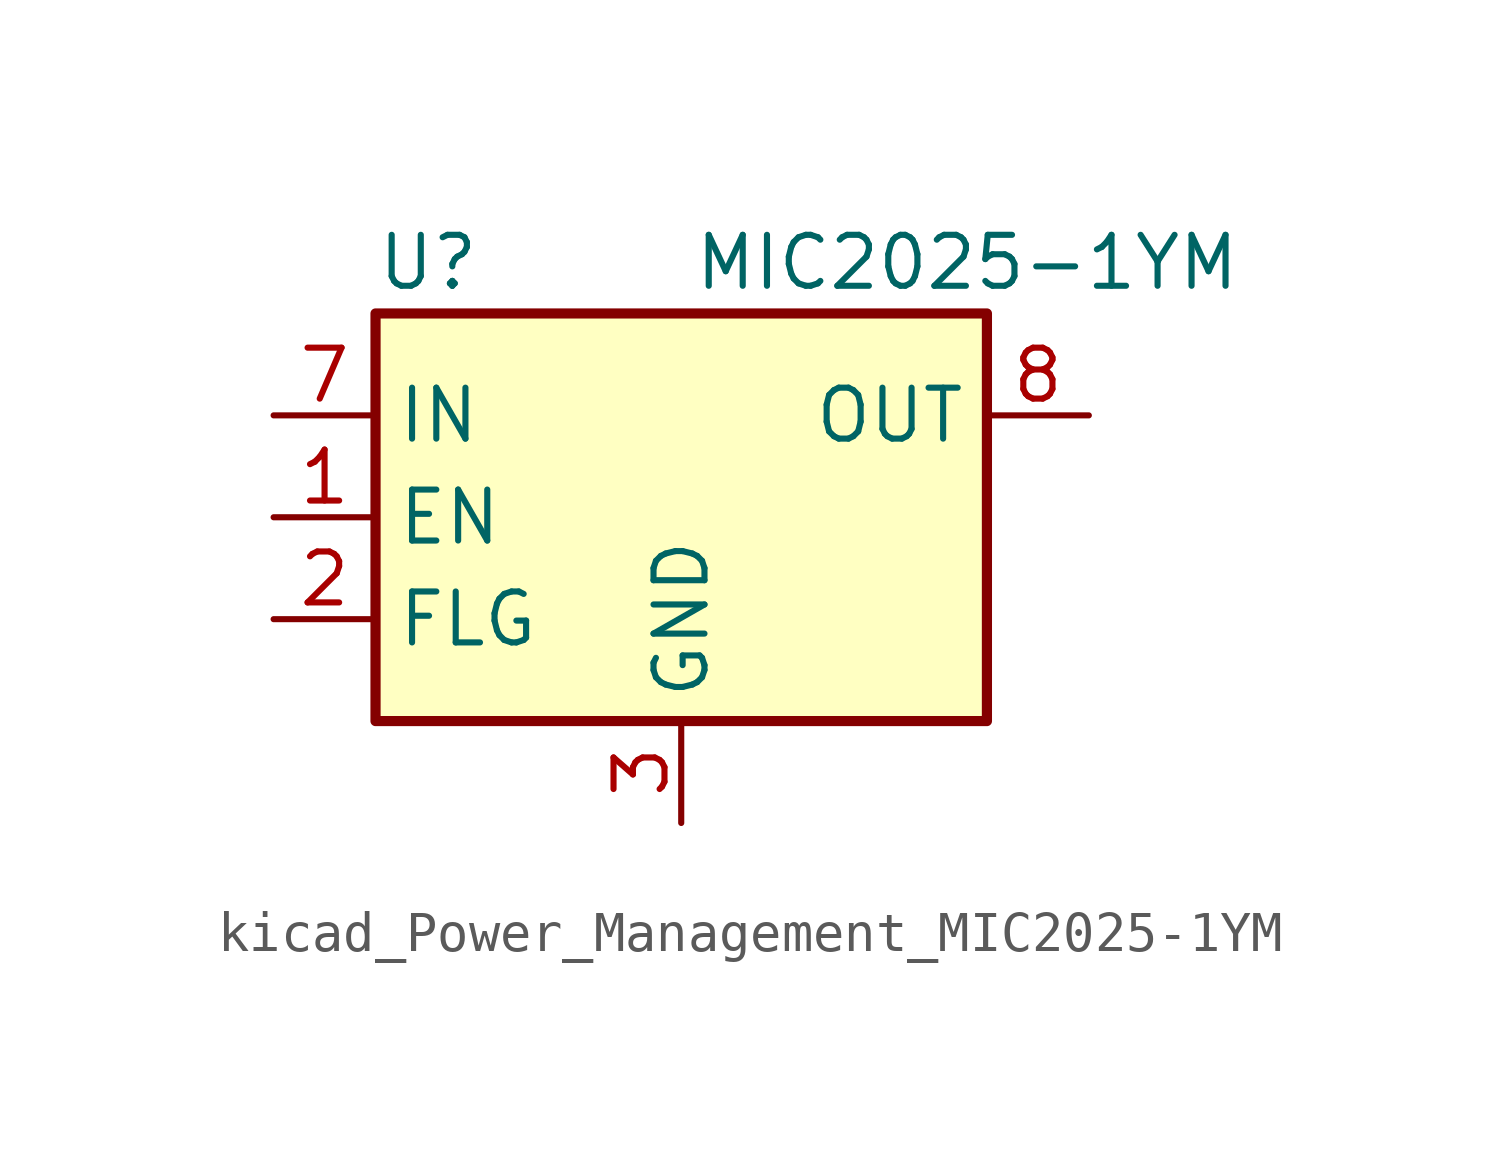
<source format=kicad_sym>
(kicad_symbol_lib
  (version 20220914)
  (generator kicad_symbol_editor)
  (symbol "kicad_Power_Management_MIC2025-1YM"
    (property "Reference" "U"
      (at -7.62 6.35 0)
      (effects (font (size 1.27 1.27)) (justify left)))
    (property "Value" "MIC2025-1YM"
      (at 13.97 6.35 0)
      (effects (font (size 1.27 1.27)) (justify right)))
    (symbol "kicad_Power_Management_MIC2025-1YM_0_1"
      (rectangle (start -7.62 5.08) (end 7.62 -5.08) (stroke (width 0.254) (type default)) (fill (type background))))
    (symbol "kicad_Power_Management_MIC2025-1YM_1_1"
      (pin input line (at -10.16 0 0) (length 2.54) (name "EN" (effects (font (size 1.27 1.27)))) (number "1" (effects (font (size 1.27 1.27)))))
      (pin open_collector line (at -10.16 -2.54 0) (length 2.54) (name "FLG" (effects (font (size 1.27 1.27)))) (number "2" (effects (font (size 1.27 1.27)))))
      (pin power_in line (at 0 -7.62 90) (length 2.54) (name "GND" (effects (font (size 1.27 1.27)))) (number "3" (effects (font (size 1.27 1.27)))))
      (pin no_connect line (at 7.62 0 180) (length 2.54) hide (name "NC" (effects (font (size 1.27 1.27)))) (number "4" (effects (font (size 1.27 1.27)))))
      (pin no_connect line (at 7.62 -2.54 180) (length 2.54) hide (name "NC" (effects (font (size 1.27 1.27)))) (number "5" (effects (font (size 1.27 1.27)))))
      (pin passive line (at 10.16 2.54 180) (length 2.54) hide (name "OUT" (effects (font (size 1.27 1.27)))) (number "6" (effects (font (size 1.27 1.27)))))
      (pin power_in line (at -10.16 2.54 0) (length 2.54) (name "IN" (effects (font (size 1.27 1.27)))) (number "7" (effects (font (size 1.27 1.27)))))
      (pin power_out line (at 10.16 2.54 180) (length 2.54) (name "OUT" (effects (font (size 1.27 1.27)))) (number "8" (effects (font (size 1.27 1.27))))))))
</source>
